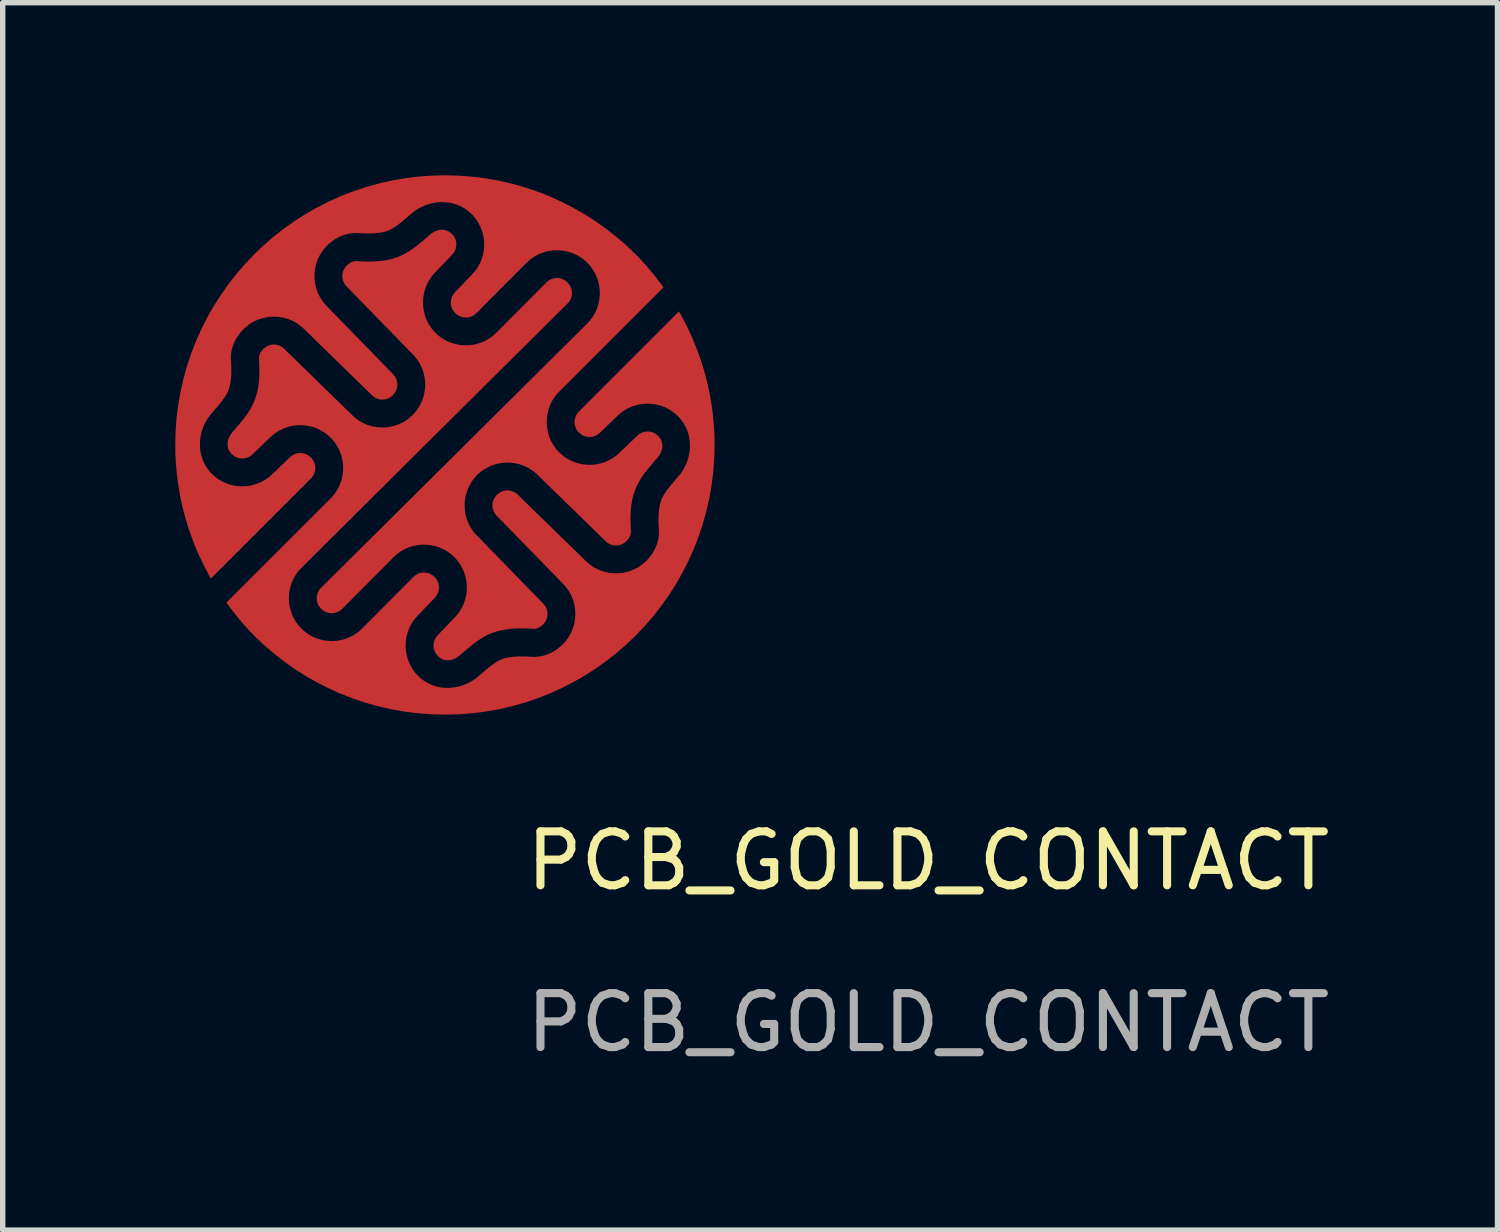
<source format=kicad_pcb>
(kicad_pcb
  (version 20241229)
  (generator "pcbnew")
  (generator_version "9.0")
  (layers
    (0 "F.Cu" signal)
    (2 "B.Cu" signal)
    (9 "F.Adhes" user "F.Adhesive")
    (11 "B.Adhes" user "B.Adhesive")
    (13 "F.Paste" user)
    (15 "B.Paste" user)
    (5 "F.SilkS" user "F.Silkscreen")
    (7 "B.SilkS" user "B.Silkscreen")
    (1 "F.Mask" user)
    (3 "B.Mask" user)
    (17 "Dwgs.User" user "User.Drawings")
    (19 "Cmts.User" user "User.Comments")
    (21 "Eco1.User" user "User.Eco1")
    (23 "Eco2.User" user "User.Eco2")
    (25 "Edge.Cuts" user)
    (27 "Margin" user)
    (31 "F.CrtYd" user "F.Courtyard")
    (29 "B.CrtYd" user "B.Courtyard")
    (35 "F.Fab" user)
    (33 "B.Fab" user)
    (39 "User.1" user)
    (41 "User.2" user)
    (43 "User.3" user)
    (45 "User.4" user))
  (footprint "PCB_GOLD_CONTACT"
    (layer "F.Cu")
    (at 14.162 13.41)
    (property "Reference" "PCB_GOLD_CONTACT" (at 0 -0.5 0) (unlocked yes) (layer "F.SilkS") (effects (font (size 1 1) (thickness 0.15))))
    (attr smd)
    (fp_poly (pts (xy -9 -12.2) (xy -8.987 -12.199) (xy -8.974 -12.197) (xy -8.961 -12.195) (xy -8.949 -12.191) (xy -8.936 -12.188) (xy -8.924 -12.183) (xy -8.912 -12.178) (xy -8.9 -12.172) (xy -8.889 -12.166) (xy -8.877 -12.159) (xy -8.866 -12.151) (xy -8.855 -12.142) (xy -8.844 -12.133) (xy -8.834 -12.123) (xy -8.824 -12.113) (xy -8.815 -12.102) (xy -8.806 -12.091) (xy -8.798 -12.079) (xy -8.79 -12.067) (xy -8.783 -12.055) (xy -8.777 -12.043) (xy -8.772 -12.031) (xy -8.767 -12.018) (xy -8.763 -12.006) (xy -8.759 -11.993) (xy -8.756 -11.98) (xy -8.754 -11.967) (xy -8.752 -11.954) (xy -8.751 -11.941) (xy -8.751 -11.927) (xy -8.751 -11.914) (xy -8.752 -11.901) (xy -8.754 -11.888) (xy -8.756 -11.875) (xy -8.759 -11.862) (xy -8.762 -11.849) (xy -8.767 -11.836) (xy -8.771 -11.824) (xy -8.777 -11.811) (xy -8.783 -11.799) (xy -8.79 -11.787) (xy -8.797 -11.776) (xy -8.805 -11.764) (xy -8.814 -11.753) (xy -8.823 -11.742) (xy -8.833 -11.732) (xy -8.834 -11.731) (xy -8.836 -11.73) (xy -8.837 -11.728) (xy -8.838 -11.727) (xy -9.137 -11.414) (xy -9.165 -11.385) (xy -9.191 -11.354) (xy -9.216 -11.323) (xy -9.238 -11.29) (xy -9.259 -11.257) (xy -9.278 -11.222) (xy -9.295 -11.187) (xy -9.311 -11.152) (xy -9.324 -11.115) (xy -9.336 -11.079) (xy -9.346 -11.041) (xy -9.354 -11.004) (xy -9.361 -10.966) (xy -9.365 -10.928) (xy -9.368 -10.89) (xy -9.369 -10.852) (xy -9.368 -10.813) (xy -9.365 -10.775) (xy -9.361 -10.737) (xy -9.354 -10.699) (xy -9.346 -10.662) (xy -9.336 -10.624) (xy -9.325 -10.588) (xy -9.311 -10.551) (xy -9.296 -10.516) (xy -9.279 -10.481) (xy -9.26 -10.447) (xy -9.239 -10.413) (xy -9.216 -10.38) (xy -9.192 -10.349) (xy -9.166 -10.318) (xy -9.138 -10.289) (xy -9.137 -10.289) (xy -9.108 -10.261) (xy -9.077 -10.234) (xy -9.045 -10.21) (xy -9.013 -10.187) (xy -8.979 -10.167) (xy -8.945 -10.148) (xy -8.91 -10.13) (xy -8.874 -10.115) (xy -8.838 -10.102) (xy -8.801 -10.09) (xy -8.764 -10.08) (xy -8.727 -10.072) (xy -8.689 -10.065) (xy -8.651 -10.061) (xy -8.613 -10.058) (xy -8.574 -10.057) (xy -8.536 -10.058) (xy -8.498 -10.061) (xy -8.46 -10.065) (xy -8.422 -10.072) (xy -8.384 -10.08) (xy -8.347 -10.09) (xy -8.31 -10.102) (xy -8.274 -10.115) (xy -8.239 -10.13) (xy -8.204 -10.148) (xy -8.169 -10.167) (xy -8.136 -10.187) (xy -8.103 -10.21) (xy -8.072 -10.234) (xy -8.041 -10.261) (xy -8.011 -10.289) (xy -7.081 -11.222) (xy -7.071 -11.232) (xy -7.06 -11.242) (xy -7.049 -11.251) (xy -7.037 -11.259) (xy -7.025 -11.266) (xy -7.013 -11.273) (xy -7.001 -11.279) (xy -6.989 -11.284) (xy -6.976 -11.289) (xy -6.964 -11.293) (xy -6.951 -11.297) (xy -6.938 -11.3) (xy -6.925 -11.302) (xy -6.912 -11.304) (xy -6.899 -11.305) (xy -6.885 -11.305) (xy -6.872 -11.305) (xy -6.859 -11.304) (xy -6.846 -11.302) (xy -6.833 -11.3) (xy -6.82 -11.297) (xy -6.807 -11.293) (xy -6.794 -11.289) (xy -6.782 -11.284) (xy -6.769 -11.279) (xy -6.757 -11.273) (xy -6.745 -11.266) (xy -6.734 -11.259) (xy -6.722 -11.251) (xy -6.711 -11.242) (xy -6.7 -11.232) (xy -6.69 -11.222) (xy -6.68 -11.212) (xy -6.67 -11.201) (xy -6.662 -11.19) (xy -6.654 -11.179) (xy -6.646 -11.167) (xy -6.639 -11.155) (xy -6.633 -11.143) (xy -6.628 -11.13) (xy -6.623 -11.118) (xy -6.619 -11.105) (xy -6.615 -11.092) (xy -6.612 -11.079) (xy -6.61 -11.066) (xy -6.608 -11.053) (xy -6.607 -11.04) (xy -6.607 -11.027) (xy -6.607 -11.014) (xy -6.608 -11.001) (xy -6.61 -10.987) (xy -6.612 -10.974) (xy -6.615 -10.961) (xy -6.619 -10.949) (xy -6.623 -10.936) (xy -6.628 -10.923) (xy -6.633 -10.911) (xy -6.639 -10.899) (xy -6.646 -10.887) (xy -6.653 -10.875) (xy -6.662 -10.864) (xy -6.67 -10.852) (xy -6.68 -10.842) (xy -6.69 -10.831) (xy -11.624 -5.931) (xy -11.624 -5.931) (xy -11.652 -5.902) (xy -11.678 -5.871) (xy -11.703 -5.84) (xy -11.725 -5.807) (xy -11.746 -5.774) (xy -11.765 -5.739) (xy -11.782 -5.704) (xy -11.798 -5.669) (xy -11.811 -5.632) (xy -11.823 -5.596) (xy -11.833 -5.558) (xy -11.841 -5.521) (xy -11.848 -5.483) (xy -11.852 -5.445) (xy -11.855 -5.407) (xy -11.856 -5.368) (xy -11.855 -5.33) (xy -11.852 -5.292) (xy -11.848 -5.254) (xy -11.841 -5.216) (xy -11.833 -5.179) (xy -11.823 -5.141) (xy -11.811 -5.105) (xy -11.798 -5.068) (xy -11.782 -5.033) (xy -11.765 -4.998) (xy -11.746 -4.964) (xy -11.725 -4.93) (xy -11.703 -4.897) (xy -11.678 -4.866) (xy -11.652 -4.835) (xy -11.624 -4.806) (xy -11.595 -4.778) (xy -11.564 -4.751) (xy -11.532 -4.727) (xy -11.5 -4.704) (xy -11.466 -4.684) (xy -11.432 -4.665) (xy -11.397 -4.647) (xy -11.361 -4.632) (xy -11.325 -4.618) (xy -11.288 -4.607) (xy -11.251 -4.597) (xy -11.214 -4.589) (xy -11.176 -4.582) (xy -11.138 -4.578) (xy -11.1 -4.575) (xy -11.061 -4.574) (xy -11.023 -4.575) (xy -10.985 -4.578) (xy -10.947 -4.582) (xy -10.909 -4.589) (xy -10.871 -4.597) (xy -10.834 -4.607) (xy -10.797 -4.618) (xy -10.761 -4.632) (xy -10.726 -4.647) (xy -10.691 -4.665) (xy -10.656 -4.684) (xy -10.623 -4.704) (xy -10.59 -4.727) (xy -10.559 -4.751) (xy -10.528 -4.778) (xy -10.499 -4.806) (xy -10.498 -4.806) (xy -9.546 -5.762) (xy -9.536 -5.772) (xy -9.525 -5.781) (xy -9.514 -5.79) (xy -9.502 -5.798) (xy -9.49 -5.805) (xy -9.479 -5.812) (xy -9.466 -5.818) (xy -9.454 -5.824) (xy -9.441 -5.829) (xy -9.429 -5.833) (xy -9.416 -5.836) (xy -9.403 -5.839) (xy -9.39 -5.841) (xy -9.377 -5.843) (xy -9.364 -5.844) (xy -9.351 -5.844) (xy -9.337 -5.844) (xy -9.324 -5.843) (xy -9.311 -5.841) (xy -9.298 -5.839) (xy -9.285 -5.836) (xy -9.272 -5.833) (xy -9.26 -5.828) (xy -9.247 -5.824) (xy -9.235 -5.818) (xy -9.223 -5.812) (xy -9.211 -5.805) (xy -9.199 -5.798) (xy -9.188 -5.79) (xy -9.177 -5.781) (xy -9.166 -5.772) (xy -9.155 -5.762) (xy -9.145 -5.752) (xy -9.136 -5.741) (xy -9.127 -5.73) (xy -9.119 -5.718) (xy -9.112 -5.706) (xy -9.105 -5.694) (xy -9.099 -5.682) (xy -9.093 -5.67) (xy -9.089 -5.657) (xy -9.084 -5.645) (xy -9.081 -5.632) (xy -9.078 -5.619) (xy -9.076 -5.606) (xy -9.074 -5.593) (xy -9.073 -5.58) (xy -9.073 -5.567) (xy -9.073 -5.553) (xy -9.074 -5.54) (xy -9.076 -5.527) (xy -9.078 -5.514) (xy -9.081 -5.501) (xy -9.084 -5.488) (xy -9.089 -5.476) (xy -9.093 -5.463) (xy -9.099 -5.451) (xy -9.105 -5.439) (xy -9.112 -5.427) (xy -9.119 -5.415) (xy -9.127 -5.404) (xy -9.136 -5.393) (xy -9.145 -5.382) (xy -9.155 -5.371) (xy -9.156 -5.37) (xy -9.157 -5.369) (xy -9.158 -5.368) (xy -9.159 -5.366) (xy -9.459 -5.053) (xy -9.487 -5.024) (xy -9.513 -4.993) (xy -9.538 -4.962) (xy -9.56 -4.929) (xy -9.581 -4.895) (xy -9.6 -4.861) (xy -9.617 -4.826) (xy -9.633 -4.791) (xy -9.646 -4.754) (xy -9.658 -4.718) (xy -9.668 -4.68) (xy -9.676 -4.643) (xy -9.682 -4.605) (xy -9.687 -4.567) (xy -9.69 -4.529) (xy -9.69 -4.491) (xy -9.69 -4.452) (xy -9.687 -4.414) (xy -9.682 -4.376) (xy -9.676 -4.338) (xy -9.668 -4.301) (xy -9.658 -4.263) (xy -9.646 -4.227) (xy -9.633 -4.19) (xy -9.617 -4.155) (xy -9.6 -4.12) (xy -9.581 -4.086) (xy -9.56 -4.052) (xy -9.538 -4.019) (xy -9.513 -3.988) (xy -9.487 -3.957) (xy -9.459 -3.928) (xy -9.429 -3.9) (xy -9.399 -3.874) (xy -9.368 -3.85) (xy -9.335 -3.827) (xy -9.302 -3.807) (xy -9.269 -3.789) (xy -9.234 -3.772) (xy -9.199 -3.758) (xy -9.164 -3.745) (xy -9.128 -3.734) (xy -9.091 -3.725) (xy -9.054 -3.718) (xy -9.017 -3.712) (xy -8.98 -3.708) (xy -8.943 -3.706) (xy -8.905 -3.705) (xy -8.868 -3.707) (xy -8.831 -3.71) (xy -8.793 -3.714) (xy -8.756 -3.72) (xy -8.719 -3.728) (xy -8.683 -3.737) (xy -8.647 -3.748) (xy -8.611 -3.761) (xy -8.576 -3.775) (xy -8.541 -3.79) (xy -8.507 -3.807) (xy -8.474 -3.825) (xy -8.441 -3.845) (xy -8.409 -3.867) (xy -8.379 -3.889) (xy -8.349 -3.913) (xy -8.243 -4.004) (xy -8.194 -4.046) (xy -8.147 -4.085) (xy -8.1 -4.121) (xy -8.077 -4.138) (xy -8.054 -4.155) (xy -8.031 -4.17) (xy -8.007 -4.185) (xy -7.983 -4.2) (xy -7.958 -4.213) (xy -7.937 -4.224) (xy -7.914 -4.233) (xy -7.89 -4.242) (xy -7.863 -4.251) (xy -7.834 -4.259) (xy -7.803 -4.266) (xy -7.77 -4.272) (xy -7.734 -4.277) (xy -7.697 -4.281) (xy -7.656 -4.285) (xy -7.613 -4.287) (xy -7.568 -4.288) (xy -7.52 -4.288) (xy -7.469 -4.287) (xy -7.415 -4.285) (xy -7.358 -4.282) (xy -7.357 -4.282) (xy -7.315 -4.28) (xy -7.273 -4.281) (xy -7.232 -4.284) (xy -7.192 -4.29) (xy -7.152 -4.298) (xy -7.113 -4.309) (xy -7.075 -4.321) (xy -7.038 -4.336) (xy -7.001 -4.353) (xy -6.966 -4.371) (xy -6.931 -4.391) (xy -6.898 -4.413) (xy -6.866 -4.436) (xy -6.835 -4.461) (xy -6.805 -4.487) (xy -6.776 -4.514) (xy -6.748 -4.544) (xy -6.722 -4.574) (xy -6.698 -4.606) (xy -6.675 -4.639) (xy -6.654 -4.672) (xy -6.635 -4.706) (xy -6.618 -4.741) (xy -6.603 -4.777) (xy -6.589 -4.813) (xy -6.577 -4.85) (xy -6.567 -4.887) (xy -6.559 -4.925) (xy -6.553 -4.962) (xy -6.548 -5.001) (xy -6.546 -5.039) (xy -6.545 -5.077) (xy -6.546 -5.115) (xy -6.548 -5.153) (xy -6.553 -5.192) (xy -6.559 -5.229) (xy -6.567 -5.267) (xy -6.577 -5.304) (xy -6.589 -5.341) (xy -6.603 -5.377) (xy -6.618 -5.413) (xy -6.635 -5.448) (xy -6.654 -5.482) (xy -6.675 -5.515) (xy -6.698 -5.548) (xy -6.722 -5.58) (xy -6.748 -5.61) (xy -6.776 -5.64) (xy -7.996 -6.89) (xy -7.997 -6.892) (xy -7.998 -6.893) (xy -8.008 -6.904) (xy -8.018 -6.915) (xy -8.026 -6.926) (xy -8.034 -6.937) (xy -8.042 -6.949) (xy -8.049 -6.961) (xy -8.055 -6.973) (xy -8.06 -6.985) (xy -8.065 -6.998) (xy -8.069 -7.01) (xy -8.073 -7.023) (xy -8.076 -7.036) (xy -8.078 -7.049) (xy -8.08 -7.062) (xy -8.081 -7.075) (xy -8.081 -7.089) (xy -8.081 -7.102) (xy -8.08 -7.115) (xy -8.078 -7.128) (xy -8.076 -7.141) (xy -8.073 -7.154) (xy -8.069 -7.167) (xy -8.065 -7.179) (xy -8.06 -7.192) (xy -8.055 -7.204) (xy -8.049 -7.217) (xy -8.042 -7.228) (xy -8.034 -7.24) (xy -8.026 -7.252) (xy -8.018 -7.263) (xy -8.008 -7.274) (xy -7.998 -7.284) (xy -7.988 -7.294) (xy -7.977 -7.303) (xy -7.966 -7.312) (xy -7.954 -7.32) (xy -7.943 -7.328) (xy -7.931 -7.334) (xy -7.918 -7.34) (xy -7.906 -7.346) (xy -7.894 -7.351) (xy -7.881 -7.355) (xy -7.868 -7.359) (xy -7.855 -7.361) (xy -7.842 -7.364) (xy -7.829 -7.365) (xy -7.816 -7.366) (xy -7.803 -7.367) (xy -7.789 -7.366) (xy -7.776 -7.365) (xy -7.763 -7.364) (xy -7.75 -7.361) (xy -7.737 -7.359) (xy -7.724 -7.355) (xy -7.712 -7.351) (xy -7.699 -7.346) (xy -7.687 -7.34) (xy -7.674 -7.334) (xy -7.663 -7.328) (xy -7.651 -7.32) (xy -7.639 -7.312) (xy -7.628 -7.303) (xy -7.617 -7.294) (xy -7.607 -7.284) (xy -7.606 -7.283) (xy -7.605 -7.281) (xy -6.353 -6.061) (xy -6.324 -6.033) (xy -6.293 -6.007) (xy -6.262 -5.983) (xy -6.229 -5.96) (xy -6.196 -5.939) (xy -6.161 -5.92) (xy -6.126 -5.903) (xy -6.091 -5.888) (xy -6.055 -5.874) (xy -6.018 -5.863) (xy -5.981 -5.853) (xy -5.943 -5.844) (xy -5.905 -5.838) (xy -5.867 -5.834) (xy -5.829 -5.831) (xy -5.791 -5.83) (xy -5.752 -5.831) (xy -5.714 -5.834) (xy -5.676 -5.838) (xy -5.638 -5.844) (xy -5.601 -5.853) (xy -5.564 -5.863) (xy -5.527 -5.874) (xy -5.491 -5.888) (xy -5.455 -5.903) (xy -5.42 -5.92) (xy -5.386 -5.939) (xy -5.352 -5.96) (xy -5.32 -5.983) (xy -5.288 -6.007) (xy -5.257 -6.033) (xy -5.228 -6.061) (xy -5.201 -6.09) (xy -5.174 -6.12) (xy -5.15 -6.151) (xy -5.126 -6.183) (xy -5.105 -6.216) (xy -5.085 -6.251) (xy -5.066 -6.286) (xy -5.05 -6.323) (xy -5.035 -6.36) (xy -5.022 -6.398) (xy -5.012 -6.437) (xy -5.004 -6.477) (xy -4.998 -6.518) (xy -4.994 -6.559) (xy -4.994 -6.601) (xy -4.995 -6.643) (xy -4.999 -6.7) (xy -5.001 -6.754) (xy -5.002 -6.805) (xy -5.002 -6.853) (xy -5.001 -6.899) (xy -4.998 -6.942) (xy -4.995 -6.982) (xy -4.991 -7.02) (xy -4.985 -7.055) (xy -4.979 -7.089) (xy -4.972 -7.12) (xy -4.965 -7.148) (xy -4.956 -7.175) (xy -4.947 -7.2) (xy -4.937 -7.223) (xy -4.927 -7.244) (xy -4.913 -7.268) (xy -4.899 -7.293) (xy -4.884 -7.316) (xy -4.868 -7.34) (xy -4.852 -7.363) (xy -4.835 -7.386) (xy -4.799 -7.432) (xy -4.76 -7.479) (xy -4.718 -7.528) (xy -4.628 -7.634) (xy -4.627 -7.634) (xy -4.603 -7.664) (xy -4.58 -7.695) (xy -4.559 -7.726) (xy -4.539 -7.759) (xy -4.521 -7.792) (xy -4.504 -7.826) (xy -4.488 -7.861) (xy -4.474 -7.896) (xy -4.462 -7.932) (xy -4.451 -7.968) (xy -4.442 -8.004) (xy -4.434 -8.041) (xy -4.428 -8.078) (xy -4.423 -8.116) (xy -4.42 -8.153) (xy -4.419 -8.19) (xy -4.42 -8.228) (xy -4.422 -8.265) (xy -4.426 -8.302) (xy -4.432 -8.339) (xy -4.439 -8.376) (xy -4.448 -8.412) (xy -4.459 -8.448) (xy -4.472 -8.484) (xy -4.487 -8.519) (xy -4.503 -8.553) (xy -4.521 -8.587) (xy -4.542 -8.62) (xy -4.564 -8.652) (xy -4.588 -8.684) (xy -4.614 -8.714) (xy -4.642 -8.744) (xy -4.671 -8.772) (xy -4.702 -8.798) (xy -4.734 -8.822) (xy -4.766 -8.845) (xy -4.8 -8.866) (xy -4.834 -8.885) (xy -4.869 -8.902) (xy -4.905 -8.917) (xy -4.941 -8.931) (xy -4.978 -8.943) (xy -5.015 -8.952) (xy -5.052 -8.961) (xy -5.09 -8.967) (xy -5.128 -8.971) (xy -5.166 -8.974) (xy -5.205 -8.975) (xy -5.243 -8.974) (xy -5.281 -8.971) (xy -5.319 -8.967) (xy -5.357 -8.961) (xy -5.395 -8.952) (xy -5.432 -8.942) (xy -5.469 -8.931) (xy -5.505 -8.917) (xy -5.54 -8.902) (xy -5.575 -8.885) (xy -5.61 -8.866) (xy -5.643 -8.845) (xy -5.676 -8.822) (xy -5.707 -8.798) (xy -5.738 -8.772) (xy -5.767 -8.744) (xy -6.081 -8.444) (xy -6.082 -8.443) (xy -6.083 -8.442) (xy -6.084 -8.441) (xy -6.085 -8.44) (xy -6.096 -8.43) (xy -6.106 -8.421) (xy -6.117 -8.412) (xy -6.129 -8.404) (xy -6.141 -8.396) (xy -6.153 -8.389) (xy -6.165 -8.383) (xy -6.177 -8.378) (xy -6.19 -8.373) (xy -6.202 -8.369) (xy -6.215 -8.365) (xy -6.228 -8.362) (xy -6.241 -8.36) (xy -6.254 -8.358) (xy -6.268 -8.357) (xy -6.281 -8.357) (xy -6.294 -8.357) (xy -6.307 -8.358) (xy -6.32 -8.36) (xy -6.333 -8.362) (xy -6.346 -8.365) (xy -6.359 -8.369) (xy -6.372 -8.373) (xy -6.384 -8.378) (xy -6.397 -8.383) (xy -6.409 -8.389) (xy -6.421 -8.396) (xy -6.432 -8.404) (xy -6.444 -8.412) (xy -6.455 -8.421) (xy -6.466 -8.43) (xy -6.476 -8.44) (xy -6.486 -8.45) (xy -6.496 -8.461) (xy -6.504 -8.472) (xy -6.513 -8.484) (xy -6.52 -8.496) (xy -6.527 -8.507) (xy -6.533 -8.52) (xy -6.538 -8.532) (xy -6.543 -8.545) (xy -6.547 -8.557) (xy -6.551 -8.57) (xy -6.554 -8.583) (xy -6.556 -8.596) (xy -6.558 -8.609) (xy -6.559 -8.622) (xy -6.559 -8.636) (xy -6.559 -8.649) (xy -6.558 -8.662) (xy -6.556 -8.675) (xy -6.554 -8.688) (xy -6.551 -8.701) (xy -6.547 -8.714) (xy -6.543 -8.727) (xy -6.538 -8.739) (xy -6.533 -8.752) (xy -6.527 -8.764) (xy -6.52 -8.776) (xy -6.513 -8.787) (xy -6.504 -8.799) (xy -6.496 -8.81) (xy -6.486 -8.821) (xy -6.476 -8.831) (xy -4.754 -10.553) (xy -4.622 -10.686) (xy -4.546 -10.547) (xy -4.474 -10.406) (xy -4.406 -10.263) (xy -4.343 -10.117) (xy -4.284 -9.969) (xy -4.23 -9.819) (xy -4.18 -9.666) (xy -4.136 -9.512) (xy -4.096 -9.355) (xy -4.061 -9.197) (xy -4.031 -9.036) (xy -4.007 -8.874) (xy -3.987 -8.71) (xy -3.973 -8.545) (xy -3.965 -8.378) (xy -3.962 -8.21) (xy -3.969 -7.952) (xy -3.988 -7.698) (xy -4.02 -7.448) (xy -4.064 -7.202) (xy -4.12 -6.96) (xy -4.187 -6.723) (xy -4.266 -6.49) (xy -4.355 -6.263) (xy -4.455 -6.042) (xy -4.566 -5.826) (xy -4.686 -5.617) (xy -4.816 -5.414) (xy -4.956 -5.218) (xy -5.104 -5.029) (xy -5.261 -4.848) (xy -5.427 -4.674) (xy -5.6 -4.508) (xy -5.782 -4.351) (xy -5.971 -4.203) (xy -6.167 -4.063) (xy -6.37 -3.933) (xy -6.579 -3.813) (xy -6.795 -3.703) (xy -7.016 -3.602) (xy -7.243 -3.513) (xy -7.476 -3.434) (xy -7.713 -3.367) (xy -7.955 -3.311) (xy -8.201 -3.267) (xy -8.451 -3.235) (xy -8.705 -3.216) (xy -8.962 -3.209) (xy -9.22 -3.216) (xy -9.474 -3.235) (xy -9.724 -3.267) (xy -9.97 -3.311) (xy -10.212 -3.367) (xy -10.449 -3.434) (xy -10.681 -3.513) (xy -10.909 -3.602) (xy -11.13 -3.703) (xy -11.346 -3.813) (xy -11.555 -3.933) (xy -11.758 -4.063) (xy -11.954 -4.203) (xy -12.143 -4.351) (xy -12.324 -4.508) (xy -12.498 -4.674) (xy -12.568 -4.746) (xy -12.636 -4.819) (xy -12.703 -4.894) (xy -12.768 -4.97) (xy -12.831 -5.047) (xy -12.894 -5.126) (xy -12.954 -5.206) (xy -13.014 -5.287) (xy -12.803 -5.498) (xy -11.081 -7.219) (xy -11.053 -7.248) (xy -11.027 -7.279) (xy -11.003 -7.311) (xy -10.98 -7.343) (xy -10.959 -7.377) (xy -10.94 -7.411) (xy -10.923 -7.446) (xy -10.908 -7.482) (xy -10.894 -7.518) (xy -10.882 -7.555) (xy -10.872 -7.592) (xy -10.864 -7.629) (xy -10.858 -7.667) (xy -10.854 -7.705) (xy -10.851 -7.743) (xy -10.85 -7.782) (xy -10.851 -7.82) (xy -10.854 -7.858) (xy -10.858 -7.896) (xy -10.864 -7.934) (xy -10.873 -7.972) (xy -10.882 -8.009) (xy -10.894 -8.046) (xy -10.908 -8.082) (xy -10.923 -8.118) (xy -10.94 -8.153) (xy -10.959 -8.187) (xy -10.98 -8.22) (xy -11.003 -8.253) (xy -11.027 -8.284) (xy -11.053 -8.315) (xy -11.081 -8.345) (xy -11.111 -8.373) (xy -11.141 -8.399) (xy -11.173 -8.423) (xy -11.206 -8.446) (xy -11.239 -8.467) (xy -11.273 -8.486) (xy -11.308 -8.503) (xy -11.344 -8.518) (xy -11.38 -8.532) (xy -11.417 -8.544) (xy -11.454 -8.554) (xy -11.492 -8.562) (xy -11.53 -8.568) (xy -11.568 -8.573) (xy -11.606 -8.575) (xy -11.644 -8.576) (xy -11.683 -8.575) (xy -11.721 -8.573) (xy -11.759 -8.568) (xy -11.797 -8.562) (xy -11.834 -8.554) (xy -11.872 -8.544) (xy -11.908 -8.532) (xy -11.945 -8.518) (xy -11.98 -8.503) (xy -12.015 -8.486) (xy -12.05 -8.467) (xy -12.083 -8.446) (xy -12.116 -8.423) (xy -12.147 -8.399) (xy -12.178 -8.373) (xy -12.207 -8.345) (xy -12.52 -8.045) (xy -12.521 -8.044) (xy -12.522 -8.043) (xy -12.523 -8.042) (xy -12.524 -8.041) (xy -12.535 -8.031) (xy -12.546 -8.022) (xy -12.557 -8.013) (xy -12.568 -8.005) (xy -12.58 -7.998) (xy -12.592 -7.991) (xy -12.604 -7.985) (xy -12.616 -7.979) (xy -12.629 -7.974) (xy -12.642 -7.97) (xy -12.655 -7.967) (xy -12.667 -7.964) (xy -12.681 -7.962) (xy -12.694 -7.96) (xy -12.707 -7.959) (xy -12.72 -7.959) (xy -12.733 -7.959) (xy -12.746 -7.96) (xy -12.759 -7.962) (xy -12.772 -7.964) (xy -12.785 -7.967) (xy -12.798 -7.97) (xy -12.811 -7.974) (xy -12.823 -7.979) (xy -12.836 -7.985) (xy -12.848 -7.991) (xy -12.86 -7.998) (xy -12.872 -8.005) (xy -12.883 -8.013) (xy -12.894 -8.022) (xy -12.905 -8.031) (xy -12.916 -8.041) (xy -12.926 -8.052) (xy -12.935 -8.062) (xy -12.943 -8.073) (xy -12.951 -8.085) (xy -12.958 -8.096) (xy -12.965 -8.108) (xy -12.971 -8.12) (xy -12.976 -8.132) (xy -12.981 -8.144) (xy -12.984 -8.156) (xy -12.988 -8.169) (xy -12.99 -8.182) (xy -12.992 -8.194) (xy -12.993 -8.207) (xy -12.994 -8.22) (xy -12.993 -8.234) (xy -12.992 -8.247) (xy -12.991 -8.26) (xy -12.989 -8.274) (xy -12.986 -8.287) (xy -12.982 -8.301) (xy -12.978 -8.314) (xy -12.974 -8.328) (xy -12.968 -8.341) (xy -12.962 -8.355) (xy -12.955 -8.368) (xy -12.94 -8.395) (xy -12.921 -8.422) (xy -12.901 -8.448) (xy -12.812 -8.551) (xy -12.765 -8.605) (xy -12.719 -8.662) (xy -12.672 -8.722) (xy -12.649 -8.754) (xy -12.626 -8.787) (xy -12.603 -8.821) (xy -12.581 -8.856) (xy -12.56 -8.893) (xy -12.539 -8.932) (xy -12.516 -8.976) (xy -12.496 -9.022) (xy -12.478 -9.069) (xy -12.463 -9.118) (xy -12.449 -9.167) (xy -12.437 -9.218) (xy -12.427 -9.271) (xy -12.419 -9.325) (xy -12.412 -9.38) (xy -12.407 -9.437) (xy -12.404 -9.495) (xy -12.403 -9.555) (xy -12.403 -9.617) (xy -12.404 -9.68) (xy -12.411 -9.812) (xy -12.412 -9.821) (xy -12.411 -9.83) (xy -12.41 -9.84) (xy -12.408 -9.851) (xy -12.406 -9.861) (xy -12.403 -9.872) (xy -12.399 -9.883) (xy -12.394 -9.895) (xy -12.389 -9.907) (xy -12.383 -9.918) (xy -12.376 -9.93) (xy -12.368 -9.942) (xy -12.36 -9.954) (xy -12.351 -9.966) (xy -12.341 -9.977) (xy -12.33 -9.989) (xy -12.319 -9.999) (xy -12.308 -10.008) (xy -12.297 -10.017) (xy -12.286 -10.025) (xy -12.274 -10.032) (xy -12.262 -10.039) (xy -12.25 -10.045) (xy -12.238 -10.051) (xy -12.225 -10.056) (xy -12.212 -10.06) (xy -12.199 -10.063) (xy -12.187 -10.066) (xy -12.173 -10.069) (xy -12.16 -10.07) (xy -12.147 -10.071) (xy -12.134 -10.071) (xy -12.121 -10.071) (xy -12.108 -10.07) (xy -12.095 -10.069) (xy -12.082 -10.066) (xy -12.069 -10.063) (xy -12.056 -10.06) (xy -12.043 -10.056) (xy -12.03 -10.051) (xy -12.018 -10.045) (xy -12.006 -10.039) (xy -11.994 -10.032) (xy -11.982 -10.025) (xy -11.971 -10.017) (xy -11.96 -10.008) (xy -11.949 -9.999) (xy -11.938 -9.989) (xy -11.937 -9.987) (xy -11.936 -9.986) (xy -10.685 -8.766) (xy -10.656 -8.738) (xy -10.625 -8.711) (xy -10.594 -8.687) (xy -10.561 -8.664) (xy -10.528 -8.644) (xy -10.493 -8.625) (xy -10.458 -8.607) (xy -10.423 -8.592) (xy -10.387 -8.579) (xy -10.35 -8.567) (xy -10.313 -8.557) (xy -10.275 -8.549) (xy -10.237 -8.542) (xy -10.199 -8.538) (xy -10.161 -8.535) (xy -10.123 -8.534) (xy -10.084 -8.535) (xy -10.046 -8.538) (xy -10.008 -8.542) (xy -9.97 -8.549) (xy -9.933 -8.557) (xy -9.896 -8.567) (xy -9.859 -8.579) (xy -9.823 -8.592) (xy -9.787 -8.607) (xy -9.752 -8.625) (xy -9.718 -8.644) (xy -9.684 -8.664) (xy -9.652 -8.687) (xy -9.62 -8.711) (xy -9.589 -8.738) (xy -9.56 -8.766) (xy -9.532 -8.795) (xy -9.506 -8.826) (xy -9.481 -8.857) (xy -9.459 -8.89) (xy -9.438 -8.923) (xy -9.419 -8.958) (xy -9.402 -8.993) (xy -9.386 -9.028) (xy -9.373 -9.064) (xy -9.361 -9.101) (xy -9.351 -9.138) (xy -9.343 -9.176) (xy -9.337 -9.214) (xy -9.332 -9.252) (xy -9.329 -9.29) (xy -9.328 -9.328) (xy -9.329 -9.366) (xy -9.332 -9.404) (xy -9.337 -9.443) (xy -9.343 -9.48) (xy -9.351 -9.518) (xy -9.361 -9.555) (xy -9.373 -9.592) (xy -9.386 -9.628) (xy -9.401 -9.664) (xy -9.419 -9.699) (xy -9.438 -9.733) (xy -9.458 -9.766) (xy -9.481 -9.799) (xy -9.505 -9.831) (xy -9.531 -9.861) (xy -9.559 -9.891) (xy -10.78 -11.143) (xy -10.781 -11.144) (xy -10.782 -11.146) (xy -10.792 -11.156) (xy -10.801 -11.167) (xy -10.81 -11.178) (xy -10.818 -11.19) (xy -10.825 -11.201) (xy -10.832 -11.213) (xy -10.838 -11.226) (xy -10.844 -11.238) (xy -10.849 -11.25) (xy -10.853 -11.263) (xy -10.856 -11.276) (xy -10.859 -11.289) (xy -10.862 -11.302) (xy -10.863 -11.315) (xy -10.864 -11.328) (xy -10.865 -11.341) (xy -10.864 -11.355) (xy -10.863 -11.368) (xy -10.862 -11.381) (xy -10.859 -11.394) (xy -10.857 -11.407) (xy -10.853 -11.42) (xy -10.849 -11.432) (xy -10.844 -11.445) (xy -10.838 -11.457) (xy -10.832 -11.47) (xy -10.826 -11.481) (xy -10.818 -11.493) (xy -10.81 -11.505) (xy -10.801 -11.516) (xy -10.792 -11.527) (xy -10.782 -11.537) (xy -10.77 -11.548) (xy -10.759 -11.558) (xy -10.747 -11.568) (xy -10.735 -11.576) (xy -10.723 -11.584) (xy -10.711 -11.591) (xy -10.7 -11.597) (xy -10.688 -11.602) (xy -10.677 -11.607) (xy -10.665 -11.61) (xy -10.654 -11.614) (xy -10.644 -11.616) (xy -10.633 -11.618) (xy -10.623 -11.619) (xy -10.614 -11.619) (xy -10.605 -11.619) (xy -10.604 -11.619) (xy -10.538 -11.615) (xy -10.473 -11.612) (xy -10.41 -11.61) (xy -10.348 -11.61) (xy -10.288 -11.612) (xy -10.23 -11.615) (xy -10.173 -11.62) (xy -10.118 -11.626) (xy -10.064 -11.634) (xy -10.011 -11.644) (xy -9.96 -11.656) (xy -9.911 -11.67) (xy -9.862 -11.686) (xy -9.815 -11.704) (xy -9.769 -11.724) (xy -9.724 -11.746) (xy -9.686 -11.767) (xy -9.649 -11.789) (xy -9.613 -11.811) (xy -9.579 -11.833) (xy -9.546 -11.856) (xy -9.515 -11.879) (xy -9.484 -11.903) (xy -9.454 -11.926) (xy -9.397 -11.973) (xy -9.343 -12.019) (xy -9.241 -12.108) (xy -9.228 -12.119) (xy -9.214 -12.129) (xy -9.201 -12.138) (xy -9.188 -12.147) (xy -9.174 -12.155) (xy -9.161 -12.163) (xy -9.147 -12.169) (xy -9.134 -12.175) (xy -9.12 -12.181) (xy -9.107 -12.186) (xy -9.093 -12.19) (xy -9.08 -12.193) (xy -9.066 -12.196) (xy -9.053 -12.198) (xy -9.04 -12.199) (xy -9.026 -12.2) (xy -9.013 -12.2)) (stroke (width -0.000001) (type solid)) (fill yes) (layer "F.Cu"))
    (fp_poly (pts (xy -8.705 -13.203) (xy -8.451 -13.184) (xy -8.201 -13.152) (xy -7.955 -13.108) (xy -7.713 -13.052) (xy -7.476 -12.985) (xy -7.243 -12.906) (xy -7.016 -12.817) (xy -6.795 -12.716) (xy -6.579 -12.606) (xy -6.37 -12.486) (xy -6.167 -12.356) (xy -5.971 -12.216) (xy -5.782 -12.068) (xy -5.6 -11.911) (xy -5.427 -11.745) (xy -5.357 -11.673) (xy -5.288 -11.6) (xy -5.222 -11.525) (xy -5.157 -11.449) (xy -5.093 -11.371) (xy -5.031 -11.292) (xy -4.97 -11.213) (xy -4.91 -11.131) (xy -5.122 -10.92) (xy -6.843 -9.198) (xy -6.872 -9.169) (xy -6.898 -9.138) (xy -6.922 -9.107) (xy -6.945 -9.074) (xy -6.966 -9.041) (xy -6.985 -9.006) (xy -7.002 -8.971) (xy -7.017 -8.936) (xy -7.031 -8.899) (xy -7.042 -8.863) (xy -7.052 -8.826) (xy -7.061 -8.788) (xy -7.067 -8.75) (xy -7.071 -8.712) (xy -7.074 -8.674) (xy -7.075 -8.636) (xy -7.074 -8.597) (xy -7.071 -8.559) (xy -7.067 -8.521) (xy -7.061 -8.483) (xy -7.052 -8.446) (xy -7.042 -8.408) (xy -7.031 -8.372) (xy -7.017 -8.335) (xy -7.002 -8.3) (xy -6.985 -8.265) (xy -6.966 -8.231) (xy -6.945 -8.197) (xy -6.922 -8.165) (xy -6.898 -8.133) (xy -6.872 -8.102) (xy -6.843 -8.073) (xy -6.814 -8.045) (xy -6.783 -8.019) (xy -6.752 -7.994) (xy -6.719 -7.971) (xy -6.686 -7.951) (xy -6.651 -7.932) (xy -6.616 -7.914) (xy -6.581 -7.899) (xy -6.545 -7.885) (xy -6.508 -7.874) (xy -6.471 -7.864) (xy -6.433 -7.856) (xy -6.395 -7.849) (xy -6.357 -7.845) (xy -6.319 -7.842) (xy -6.281 -7.841) (xy -6.242 -7.842) (xy -6.204 -7.845) (xy -6.166 -7.849) (xy -6.128 -7.856) (xy -6.091 -7.864) (xy -6.054 -7.874) (xy -6.017 -7.885) (xy -5.981 -7.899) (xy -5.945 -7.914) (xy -5.91 -7.932) (xy -5.876 -7.951) (xy -5.842 -7.971) (xy -5.81 -7.994) (xy -5.778 -8.019) (xy -5.747 -8.045) (xy -5.718 -8.073) (xy -5.405 -8.372) (xy -5.404 -8.373) (xy -5.403 -8.374) (xy -5.401 -8.375) (xy -5.4 -8.377) (xy -5.39 -8.387) (xy -5.379 -8.396) (xy -5.368 -8.405) (xy -5.356 -8.413) (xy -5.345 -8.42) (xy -5.333 -8.427) (xy -5.321 -8.433) (xy -5.308 -8.439) (xy -5.296 -8.443) (xy -5.283 -8.448) (xy -5.27 -8.451) (xy -5.257 -8.454) (xy -5.244 -8.456) (xy -5.231 -8.458) (xy -5.218 -8.459) (xy -5.205 -8.459) (xy -5.192 -8.459) (xy -5.178 -8.458) (xy -5.165 -8.456) (xy -5.152 -8.454) (xy -5.139 -8.451) (xy -5.126 -8.448) (xy -5.114 -8.443) (xy -5.101 -8.439) (xy -5.089 -8.433) (xy -5.077 -8.427) (xy -5.065 -8.42) (xy -5.053 -8.413) (xy -5.042 -8.405) (xy -5.03 -8.396) (xy -5.02 -8.387) (xy -5.009 -8.377) (xy -4.999 -8.366) (xy -4.99 -8.355) (xy -4.981 -8.344) (xy -4.973 -8.333) (xy -4.966 -8.322) (xy -4.96 -8.31) (xy -4.954 -8.298) (xy -4.949 -8.286) (xy -4.944 -8.274) (xy -4.94 -8.262) (xy -4.937 -8.249) (xy -4.934 -8.236) (xy -4.933 -8.223) (xy -4.931 -8.21) (xy -4.931 -8.197) (xy -4.931 -8.184) (xy -4.932 -8.171) (xy -4.933 -8.157) (xy -4.936 -8.144) (xy -4.938 -8.13) (xy -4.942 -8.117) (xy -4.946 -8.103) (xy -4.951 -8.09) (xy -4.956 -8.076) (xy -4.963 -8.063) (xy -4.969 -8.049) (xy -4.985 -8.022) (xy -5.003 -7.996) (xy -5.024 -7.969) (xy -5.113 -7.866) (xy -5.159 -7.812) (xy -5.206 -7.756) (xy -5.253 -7.695) (xy -5.276 -7.664) (xy -5.299 -7.631) (xy -5.321 -7.597) (xy -5.343 -7.561) (xy -5.365 -7.524) (xy -5.386 -7.486) (xy -5.408 -7.441) (xy -5.428 -7.395) (xy -5.446 -7.348) (xy -5.462 -7.3) (xy -5.476 -7.25) (xy -5.488 -7.199) (xy -5.498 -7.146) (xy -5.506 -7.093) (xy -5.513 -7.037) (xy -5.517 -6.98) (xy -5.52 -6.922) (xy -5.522 -6.862) (xy -5.522 -6.8) (xy -5.52 -6.737) (xy -5.513 -6.605) (xy -5.513 -6.597) (xy -5.513 -6.587) (xy -5.514 -6.577) (xy -5.516 -6.567) (xy -5.519 -6.556) (xy -5.522 -6.545) (xy -5.526 -6.534) (xy -5.53 -6.522) (xy -5.536 -6.511) (xy -5.542 -6.499) (xy -5.549 -6.487) (xy -5.556 -6.475) (xy -5.565 -6.463) (xy -5.574 -6.452) (xy -5.584 -6.44) (xy -5.595 -6.429) (xy -5.605 -6.419) (xy -5.616 -6.409) (xy -5.627 -6.4) (xy -5.639 -6.392) (xy -5.651 -6.385) (xy -5.663 -6.378) (xy -5.675 -6.372) (xy -5.687 -6.367) (xy -5.7 -6.362) (xy -5.712 -6.358) (xy -5.725 -6.354) (xy -5.738 -6.351) (xy -5.751 -6.349) (xy -5.764 -6.347) (xy -5.777 -6.346) (xy -5.791 -6.346) (xy -5.804 -6.346) (xy -5.817 -6.347) (xy -5.83 -6.349) (xy -5.843 -6.351) (xy -5.856 -6.354) (xy -5.869 -6.358) (xy -5.882 -6.362) (xy -5.894 -6.367) (xy -5.907 -6.372) (xy -5.919 -6.378) (xy -5.931 -6.385) (xy -5.942 -6.392) (xy -5.954 -6.4) (xy -5.965 -6.409) (xy -5.976 -6.419) (xy -5.986 -6.429) (xy -5.987 -6.43) (xy -5.989 -6.431) (xy -7.24 -7.651) (xy -7.269 -7.679) (xy -7.3 -7.705) (xy -7.332 -7.73) (xy -7.364 -7.752) (xy -7.398 -7.773) (xy -7.432 -7.792) (xy -7.467 -7.809) (xy -7.502 -7.825) (xy -7.539 -7.838) (xy -7.575 -7.85) (xy -7.613 -7.86) (xy -7.65 -7.868) (xy -7.688 -7.874) (xy -7.726 -7.879) (xy -7.764 -7.882) (xy -7.803 -7.883) (xy -7.841 -7.882) (xy -7.879 -7.879) (xy -7.917 -7.874) (xy -7.955 -7.868) (xy -7.993 -7.86) (xy -8.03 -7.85) (xy -8.066 -7.838) (xy -8.103 -7.825) (xy -8.138 -7.809) (xy -8.173 -7.792) (xy -8.208 -7.773) (xy -8.241 -7.752) (xy -8.274 -7.73) (xy -8.305 -7.705) (xy -8.336 -7.679) (xy -8.365 -7.651) (xy -8.393 -7.622) (xy -8.42 -7.591) (xy -8.444 -7.559) (xy -8.467 -7.527) (xy -8.487 -7.493) (xy -8.506 -7.459) (xy -8.524 -7.424) (xy -8.539 -7.389) (xy -8.552 -7.352) (xy -8.564 -7.316) (xy -8.574 -7.279) (xy -8.582 -7.241) (xy -8.589 -7.203) (xy -8.593 -7.165) (xy -8.596 -7.127) (xy -8.597 -7.089) (xy -8.596 -7.051) (xy -8.593 -7.012) (xy -8.589 -6.974) (xy -8.582 -6.936) (xy -8.574 -6.899) (xy -8.564 -6.862) (xy -8.553 -6.825) (xy -8.539 -6.789) (xy -8.524 -6.753) (xy -8.507 -6.718) (xy -8.488 -6.684) (xy -8.467 -6.65) (xy -8.444 -6.618) (xy -8.42 -6.586) (xy -8.394 -6.556) (xy -8.366 -6.526) (xy -8.365 -6.526) (xy -7.146 -5.275) (xy -7.144 -5.274) (xy -7.143 -5.273) (xy -7.133 -5.262) (xy -7.124 -5.251) (xy -7.115 -5.24) (xy -7.107 -5.229) (xy -7.1 -5.217) (xy -7.093 -5.205) (xy -7.087 -5.193) (xy -7.081 -5.181) (xy -7.077 -5.168) (xy -7.072 -5.155) (xy -7.069 -5.142) (xy -7.066 -5.13) (xy -7.064 -5.116) (xy -7.062 -5.103) (xy -7.061 -5.09) (xy -7.061 -5.077) (xy -7.061 -5.064) (xy -7.062 -5.051) (xy -7.064 -5.038) (xy -7.066 -5.025) (xy -7.069 -5.012) (xy -7.072 -4.999) (xy -7.076 -4.986) (xy -7.081 -4.973) (xy -7.087 -4.961) (xy -7.093 -4.949) (xy -7.1 -4.937) (xy -7.107 -4.925) (xy -7.115 -4.914) (xy -7.124 -4.903) (xy -7.133 -4.892) (xy -7.143 -4.881) (xy -7.155 -4.87) (xy -7.166 -4.86) (xy -7.178 -4.851) (xy -7.19 -4.843) (xy -7.202 -4.835) (xy -7.214 -4.828) (xy -7.225 -4.822) (xy -7.237 -4.817) (xy -7.249 -4.812) (xy -7.26 -4.808) (xy -7.271 -4.805) (xy -7.282 -4.803) (xy -7.292 -4.801) (xy -7.302 -4.8) (xy -7.312 -4.799) (xy -7.321 -4.8) (xy -7.387 -4.804) (xy -7.452 -4.807) (xy -7.516 -4.808) (xy -7.577 -4.808) (xy -7.637 -4.807) (xy -7.695 -4.803) (xy -7.752 -4.799) (xy -7.807 -4.792) (xy -7.861 -4.784) (xy -7.914 -4.774) (xy -7.965 -4.762) (xy -8.014 -4.748) (xy -8.063 -4.732) (xy -8.11 -4.715) (xy -8.156 -4.695) (xy -8.201 -4.672) (xy -8.239 -4.651) (xy -8.276 -4.63) (xy -8.311 -4.607) (xy -8.346 -4.585) (xy -8.379 -4.562) (xy -8.41 -4.539) (xy -8.441 -4.516) (xy -8.471 -4.492) (xy -8.528 -4.445) (xy -8.582 -4.399) (xy -8.685 -4.31) (xy -8.698 -4.299) (xy -8.711 -4.289) (xy -8.724 -4.28) (xy -8.737 -4.271) (xy -8.751 -4.263) (xy -8.764 -4.255) (xy -8.778 -4.249) (xy -8.791 -4.243) (xy -8.805 -4.237) (xy -8.819 -4.232) (xy -8.832 -4.228) (xy -8.846 -4.225) (xy -8.859 -4.222) (xy -8.872 -4.22) (xy -8.886 -4.218) (xy -8.899 -4.217) (xy -8.912 -4.217) (xy -8.925 -4.218) (xy -8.938 -4.219) (xy -8.951 -4.221) (xy -8.964 -4.223) (xy -8.976 -4.227) (xy -8.989 -4.23) (xy -9.001 -4.235) (xy -9.013 -4.24) (xy -9.025 -4.246) (xy -9.037 -4.253) (xy -9.048 -4.26) (xy -9.059 -4.268) (xy -9.07 -4.276) (xy -9.081 -4.285) (xy -9.091 -4.295) (xy -9.101 -4.306) (xy -9.111 -4.317) (xy -9.119 -4.328) (xy -9.128 -4.339) (xy -9.135 -4.351) (xy -9.142 -4.363) (xy -9.148 -4.375) (xy -9.153 -4.388) (xy -9.158 -4.4) (xy -9.162 -4.413) (xy -9.166 -4.426) (xy -9.169 -4.439) (xy -9.171 -4.452) (xy -9.173 -4.465) (xy -9.174 -4.478) (xy -9.174 -4.491) (xy -9.174 -4.504) (xy -9.173 -4.517) (xy -9.171 -4.531) (xy -9.169 -4.544) (xy -9.166 -4.557) (xy -9.162 -4.569) (xy -9.158 -4.582) (xy -9.153 -4.595) (xy -9.148 -4.607) (xy -9.142 -4.619) (xy -9.135 -4.631) (xy -9.127 -4.643) (xy -9.119 -4.654) (xy -9.111 -4.665) (xy -9.101 -4.676) (xy -9.091 -4.687) (xy -9.09 -4.688) (xy -9.089 -4.689) (xy -9.088 -4.69) (xy -9.087 -4.691) (xy -8.788 -5.004) (xy -8.76 -5.033) (xy -8.733 -5.064) (xy -8.709 -5.095) (xy -8.686 -5.128) (xy -8.666 -5.161) (xy -8.647 -5.196) (xy -8.629 -5.231) (xy -8.614 -5.266) (xy -8.601 -5.303) (xy -8.589 -5.339) (xy -8.579 -5.377) (xy -8.571 -5.414) (xy -8.564 -5.452) (xy -8.56 -5.49) (xy -8.557 -5.528) (xy -8.556 -5.566) (xy -8.557 -5.605) (xy -8.56 -5.643) (xy -8.564 -5.681) (xy -8.571 -5.719) (xy -8.579 -5.756) (xy -8.589 -5.794) (xy -8.601 -5.83) (xy -8.614 -5.867) (xy -8.629 -5.902) (xy -8.647 -5.937) (xy -8.666 -5.971) (xy -8.686 -6.005) (xy -8.709 -6.037) (xy -8.733 -6.069) (xy -8.76 -6.1) (xy -8.788 -6.129) (xy -8.817 -6.157) (xy -8.848 -6.183) (xy -8.879 -6.208) (xy -8.912 -6.23) (xy -8.945 -6.251) (xy -8.98 -6.27) (xy -9.015 -6.287) (xy -9.05 -6.303) (xy -9.087 -6.316) (xy -9.123 -6.328) (xy -9.161 -6.338) (xy -9.198 -6.346) (xy -9.236 -6.353) (xy -9.274 -6.357) (xy -9.312 -6.36) (xy -9.351 -6.361) (xy -9.389 -6.36) (xy -9.427 -6.357) (xy -9.465 -6.353) (xy -9.503 -6.346) (xy -9.541 -6.338) (xy -9.578 -6.328) (xy -9.615 -6.316) (xy -9.651 -6.303) (xy -9.687 -6.287) (xy -9.722 -6.27) (xy -9.756 -6.251) (xy -9.789 -6.23) (xy -9.822 -6.208) (xy -9.854 -6.183) (xy -9.884 -6.157) (xy -9.914 -6.129) (xy -9.914 -6.129) (xy -10.866 -5.172) (xy -10.877 -5.162) (xy -10.888 -5.153) (xy -10.899 -5.144) (xy -10.91 -5.136) (xy -10.922 -5.129) (xy -10.934 -5.122) (xy -10.946 -5.116) (xy -10.958 -5.111) (xy -10.971 -5.106) (xy -10.984 -5.102) (xy -10.996 -5.098) (xy -11.009 -5.095) (xy -11.022 -5.093) (xy -11.035 -5.091) (xy -11.049 -5.09) (xy -11.062 -5.09) (xy -11.075 -5.09) (xy -11.088 -5.091) (xy -11.101 -5.093) (xy -11.114 -5.095) (xy -11.127 -5.098) (xy -11.14 -5.102) (xy -11.153 -5.106) (xy -11.165 -5.111) (xy -11.177 -5.116) (xy -11.19 -5.122) (xy -11.201 -5.129) (xy -11.213 -5.136) (xy -11.225 -5.144) (xy -11.236 -5.153) (xy -11.247 -5.162) (xy -11.257 -5.172) (xy -11.267 -5.183) (xy -11.276 -5.194) (xy -11.285 -5.205) (xy -11.293 -5.216) (xy -11.301 -5.228) (xy -11.307 -5.24) (xy -11.313 -5.252) (xy -11.319 -5.264) (xy -11.324 -5.277) (xy -11.328 -5.289) (xy -11.332 -5.302) (xy -11.334 -5.315) (xy -11.337 -5.328) (xy -11.338 -5.341) (xy -11.339 -5.354) (xy -11.34 -5.368) (xy -11.339 -5.381) (xy -11.338 -5.394) (xy -11.337 -5.407) (xy -11.335 -5.42) (xy -11.332 -5.433) (xy -11.328 -5.446) (xy -11.324 -5.458) (xy -11.319 -5.471) (xy -11.314 -5.483) (xy -11.308 -5.495) (xy -11.301 -5.507) (xy -11.294 -5.519) (xy -11.286 -5.531) (xy -11.277 -5.542) (xy -11.268 -5.553) (xy -11.258 -5.563) (xy -11.257 -5.563) (xy -6.323 -10.462) (xy -6.323 -10.462) (xy -6.295 -10.492) (xy -6.268 -10.522) (xy -6.244 -10.554) (xy -6.221 -10.587) (xy -6.201 -10.62) (xy -6.182 -10.654) (xy -6.164 -10.689) (xy -6.149 -10.725) (xy -6.135 -10.761) (xy -6.124 -10.798) (xy -6.114 -10.835) (xy -6.106 -10.873) (xy -6.099 -10.911) (xy -6.095 -10.949) (xy -6.092 -10.987) (xy -6.091 -11.025) (xy -6.092 -11.063) (xy -6.095 -11.102) (xy -6.099 -11.14) (xy -6.106 -11.178) (xy -6.114 -11.215) (xy -6.124 -11.252) (xy -6.135 -11.289) (xy -6.149 -11.325) (xy -6.164 -11.361) (xy -6.181 -11.396) (xy -6.2 -11.43) (xy -6.221 -11.464) (xy -6.244 -11.496) (xy -6.268 -11.528) (xy -6.295 -11.558) (xy -6.323 -11.588) (xy -6.352 -11.616) (xy -6.383 -11.642) (xy -6.414 -11.667) (xy -6.447 -11.689) (xy -6.48 -11.71) (xy -6.515 -11.729) (xy -6.55 -11.746) (xy -6.585 -11.761) (xy -6.622 -11.775) (xy -6.658 -11.787) (xy -6.695 -11.797) (xy -6.733 -11.805) (xy -6.771 -11.811) (xy -6.809 -11.816) (xy -6.847 -11.818) (xy -6.885 -11.819) (xy -6.924 -11.818) (xy -6.962 -11.816) (xy -7 -11.811) (xy -7.038 -11.805) (xy -7.075 -11.797) (xy -7.112 -11.787) (xy -7.149 -11.775) (xy -7.185 -11.761) (xy -7.221 -11.746) (xy -7.256 -11.729) (xy -7.29 -11.71) (xy -7.324 -11.689) (xy -7.356 -11.667) (xy -7.388 -11.642) (xy -7.419 -11.616) (xy -7.448 -11.588) (xy -7.449 -11.588) (xy -8.379 -10.654) (xy -8.39 -10.644) (xy -8.4 -10.635) (xy -8.412 -10.626) (xy -8.423 -10.618) (xy -8.435 -10.611) (xy -8.447 -10.604) (xy -8.459 -10.598) (xy -8.471 -10.592) (xy -8.484 -10.588) (xy -8.496 -10.583) (xy -8.509 -10.58) (xy -8.522 -10.577) (xy -8.535 -10.575) (xy -8.548 -10.573) (xy -8.561 -10.572) (xy -8.575 -10.572) (xy -8.588 -10.572) (xy -8.601 -10.573) (xy -8.614 -10.575) (xy -8.627 -10.577) (xy -8.64 -10.58) (xy -8.653 -10.583) (xy -8.665 -10.587) (xy -8.678 -10.592) (xy -8.69 -10.598) (xy -8.702 -10.604) (xy -8.714 -10.611) (xy -8.726 -10.618) (xy -8.738 -10.626) (xy -8.749 -10.635) (xy -8.759 -10.644) (xy -8.77 -10.654) (xy -8.78 -10.665) (xy -8.789 -10.676) (xy -8.798 -10.687) (xy -8.806 -10.698) (xy -8.814 -10.71) (xy -8.82 -10.722) (xy -8.827 -10.734) (xy -8.832 -10.746) (xy -8.837 -10.759) (xy -8.841 -10.772) (xy -8.845 -10.785) (xy -8.847 -10.797) (xy -8.85 -10.81) (xy -8.851 -10.824) (xy -8.852 -10.837) (xy -8.853 -10.85) (xy -8.852 -10.863) (xy -8.851 -10.876) (xy -8.85 -10.889) (xy -8.847 -10.902) (xy -8.845 -10.915) (xy -8.841 -10.928) (xy -8.837 -10.941) (xy -8.832 -10.953) (xy -8.826 -10.966) (xy -8.82 -10.978) (xy -8.814 -10.99) (xy -8.806 -11.002) (xy -8.798 -11.013) (xy -8.789 -11.024) (xy -8.78 -11.035) (xy -8.77 -11.046) (xy -8.769 -11.047) (xy -8.768 -11.048) (xy -8.767 -11.049) (xy -8.766 -11.05) (xy -8.466 -11.364) (xy -8.438 -11.393) (xy -8.412 -11.424) (xy -8.388 -11.455) (xy -8.365 -11.488) (xy -8.344 -11.521) (xy -8.325 -11.556) (xy -8.308 -11.591) (xy -8.293 -11.626) (xy -8.279 -11.662) (xy -8.267 -11.699) (xy -8.257 -11.736) (xy -8.249 -11.774) (xy -8.243 -11.812) (xy -8.238 -11.85) (xy -8.236 -11.888) (xy -8.235 -11.926) (xy -8.236 -11.965) (xy -8.238 -12.003) (xy -8.243 -12.041) (xy -8.249 -12.079) (xy -8.257 -12.116) (xy -8.267 -12.153) (xy -8.279 -12.19) (xy -8.293 -12.226) (xy -8.308 -12.262) (xy -8.325 -12.297) (xy -8.344 -12.331) (xy -8.365 -12.365) (xy -8.388 -12.397) (xy -8.412 -12.429) (xy -8.438 -12.46) (xy -8.466 -12.489) (xy -8.496 -12.517) (xy -8.526 -12.543) (xy -8.558 -12.567) (xy -8.59 -12.589) (xy -8.623 -12.61) (xy -8.657 -12.628) (xy -8.691 -12.644) (xy -8.726 -12.659) (xy -8.762 -12.672) (xy -8.798 -12.683) (xy -8.834 -12.692) (xy -8.871 -12.7) (xy -8.908 -12.705) (xy -8.945 -12.709) (xy -8.982 -12.711) (xy -9.02 -12.712) (xy -9.02 -12.713) (xy -9.057 -12.712) (xy -9.094 -12.709) (xy -9.132 -12.705) (xy -9.169 -12.698) (xy -9.206 -12.691) (xy -9.242 -12.681) (xy -9.278 -12.67) (xy -9.314 -12.658) (xy -9.349 -12.644) (xy -9.384 -12.629) (xy -9.418 -12.612) (xy -9.451 -12.594) (xy -9.484 -12.574) (xy -9.515 -12.552) (xy -9.546 -12.53) (xy -9.576 -12.506) (xy -9.576 -12.506) (xy -9.683 -12.415) (xy -9.732 -12.373) (xy -9.779 -12.334) (xy -9.825 -12.298) (xy -9.848 -12.281) (xy -9.871 -12.264) (xy -9.895 -12.249) (xy -9.918 -12.234) (xy -9.943 -12.219) (xy -9.967 -12.206) (xy -9.988 -12.196) (xy -10.011 -12.186) (xy -10.036 -12.177) (xy -10.062 -12.168) (xy -10.091 -12.161) (xy -10.122 -12.154) (xy -10.155 -12.147) (xy -10.191 -12.142) (xy -10.229 -12.138) (xy -10.269 -12.135) (xy -10.312 -12.132) (xy -10.358 -12.131) (xy -10.406 -12.131) (xy -10.457 -12.132) (xy -10.511 -12.134) (xy -10.568 -12.137) (xy -10.61 -12.139) (xy -10.652 -12.138) (xy -10.693 -12.135) (xy -10.734 -12.129) (xy -10.774 -12.121) (xy -10.812 -12.11) (xy -10.851 -12.098) (xy -10.888 -12.083) (xy -10.924 -12.066) (xy -10.96 -12.048) (xy -10.994 -12.028) (xy -11.027 -12.006) (xy -11.06 -11.983) (xy -11.091 -11.958) (xy -11.12 -11.932) (xy -11.149 -11.905) (xy -11.177 -11.875) (xy -11.203 -11.845) (xy -11.228 -11.813) (xy -11.25 -11.78) (xy -11.271 -11.747) (xy -11.29 -11.713) (xy -11.307 -11.678) (xy -11.323 -11.642) (xy -11.336 -11.606) (xy -11.348 -11.569) (xy -11.358 -11.532) (xy -11.366 -11.494) (xy -11.372 -11.457) (xy -11.377 -11.418) (xy -11.38 -11.38) (xy -11.381 -11.342) (xy -11.38 -11.304) (xy -11.377 -11.266) (xy -11.372 -11.227) (xy -11.366 -11.19) (xy -11.358 -11.152) (xy -11.348 -11.115) (xy -11.336 -11.078) (xy -11.323 -11.042) (xy -11.307 -11.006) (xy -11.29 -10.971) (xy -11.271 -10.937) (xy -11.25 -10.904) (xy -11.228 -10.871) (xy -11.203 -10.839) (xy -11.177 -10.809) (xy -11.149 -10.779) (xy -9.929 -9.528) (xy -9.928 -9.527) (xy -9.927 -9.525) (xy -9.917 -9.515) (xy -9.908 -9.504) (xy -9.899 -9.493) (xy -9.891 -9.481) (xy -9.883 -9.47) (xy -9.877 -9.458) (xy -9.871 -9.446) (xy -9.865 -9.433) (xy -9.86 -9.421) (xy -9.856 -9.408) (xy -9.852 -9.395) (xy -9.85 -9.382) (xy -9.847 -9.369) (xy -9.846 -9.356) (xy -9.845 -9.343) (xy -9.844 -9.33) (xy -9.845 -9.316) (xy -9.846 -9.303) (xy -9.847 -9.29) (xy -9.85 -9.277) (xy -9.852 -9.264) (xy -9.856 -9.251) (xy -9.86 -9.239) (xy -9.865 -9.226) (xy -9.871 -9.214) (xy -9.877 -9.201) (xy -9.883 -9.189) (xy -9.891 -9.178) (xy -9.899 -9.166) (xy -9.908 -9.155) (xy -9.917 -9.144) (xy -9.927 -9.134) (xy -9.937 -9.124) (xy -9.948 -9.115) (xy -9.959 -9.106) (xy -9.971 -9.098) (xy -9.983 -9.09) (xy -9.995 -9.084) (xy -10.007 -9.077) (xy -10.019 -9.072) (xy -10.032 -9.067) (xy -10.044 -9.063) (xy -10.057 -9.059) (xy -10.07 -9.056) (xy -10.083 -9.054) (xy -10.096 -9.053) (xy -10.109 -9.052) (xy -10.123 -9.051) (xy -10.136 -9.052) (xy -10.149 -9.053) (xy -10.162 -9.054) (xy -10.175 -9.056) (xy -10.188 -9.059) (xy -10.201 -9.063) (xy -10.214 -9.067) (xy -10.226 -9.072) (xy -10.239 -9.077) (xy -10.251 -9.084) (xy -10.263 -9.09) (xy -10.274 -9.098) (xy -10.286 -9.106) (xy -10.297 -9.115) (xy -10.308 -9.124) (xy -10.318 -9.134) (xy -10.319 -9.135) (xy -10.321 -9.137) (xy -11.571 -10.356) (xy -11.601 -10.385) (xy -11.631 -10.411) (xy -11.663 -10.435) (xy -11.696 -10.458) (xy -11.729 -10.479) (xy -11.763 -10.498) (xy -11.798 -10.515) (xy -11.834 -10.53) (xy -11.87 -10.544) (xy -11.907 -10.555) (xy -11.944 -10.565) (xy -11.982 -10.573) (xy -12.019 -10.58) (xy -12.058 -10.584) (xy -12.096 -10.587) (xy -12.134 -10.588) (xy -12.172 -10.587) (xy -12.211 -10.584) (xy -12.249 -10.58) (xy -12.286 -10.573) (xy -12.324 -10.565) (xy -12.361 -10.555) (xy -12.398 -10.544) (xy -12.434 -10.53) (xy -12.47 -10.515) (xy -12.505 -10.498) (xy -12.539 -10.479) (xy -12.572 -10.458) (xy -12.605 -10.435) (xy -12.637 -10.411) (xy -12.667 -10.385) (xy -12.697 -10.356) (xy -12.724 -10.328) (xy -12.75 -10.298) (xy -12.775 -10.267) (xy -12.798 -10.235) (xy -12.82 -10.201) (xy -12.84 -10.167) (xy -12.859 -10.132) (xy -12.875 -10.095) (xy -12.89 -10.058) (xy -12.902 -10.02) (xy -12.913 -9.981) (xy -12.921 -9.941) (xy -12.927 -9.9) (xy -12.93 -9.859) (xy -12.931 -9.817) (xy -12.929 -9.775) (xy -12.926 -9.718) (xy -12.924 -9.664) (xy -12.923 -9.613) (xy -12.923 -9.565) (xy -12.924 -9.519) (xy -12.926 -9.477) (xy -12.93 -9.436) (xy -12.934 -9.398) (xy -12.939 -9.363) (xy -12.945 -9.33) (xy -12.952 -9.299) (xy -12.96 -9.27) (xy -12.969 -9.243) (xy -12.978 -9.219) (xy -12.987 -9.196) (xy -12.998 -9.175) (xy -13.011 -9.15) (xy -13.026 -9.126) (xy -13.041 -9.102) (xy -13.056 -9.079) (xy -13.073 -9.056) (xy -13.09 -9.032) (xy -13.126 -8.986) (xy -13.165 -8.939) (xy -13.207 -8.89) (xy -13.298 -8.784) (xy -13.322 -8.754) (xy -13.344 -8.723) (xy -13.366 -8.692) (xy -13.386 -8.659) (xy -13.404 -8.626) (xy -13.421 -8.592) (xy -13.436 -8.557) (xy -13.45 -8.522) (xy -13.463 -8.486) (xy -13.474 -8.45) (xy -13.483 -8.414) (xy -13.491 -8.377) (xy -13.497 -8.34) (xy -13.501 -8.302) (xy -13.504 -8.265) (xy -13.505 -8.228) (xy -13.505 -8.19) (xy -13.503 -8.153) (xy -13.499 -8.116) (xy -13.493 -8.079) (xy -13.486 -8.042) (xy -13.476 -8.006) (xy -13.465 -7.97) (xy -13.453 -7.934) (xy -13.438 -7.899) (xy -13.421 -7.865) (xy -13.403 -7.831) (xy -13.383 -7.798) (xy -13.361 -7.766) (xy -13.337 -7.734) (xy -13.311 -7.704) (xy -13.283 -7.674) (xy -13.253 -7.646) (xy -13.223 -7.62) (xy -13.191 -7.596) (xy -13.158 -7.573) (xy -13.125 -7.552) (xy -13.091 -7.533) (xy -13.056 -7.516) (xy -13.02 -7.501) (xy -12.984 -7.487) (xy -12.947 -7.475) (xy -12.91 -7.465) (xy -12.872 -7.457) (xy -12.835 -7.451) (xy -12.796 -7.446) (xy -12.758 -7.444) (xy -12.72 -7.443) (xy -12.682 -7.444) (xy -12.643 -7.446) (xy -12.605 -7.451) (xy -12.568 -7.457) (xy -12.53 -7.465) (xy -12.493 -7.475) (xy -12.456 -7.487) (xy -12.42 -7.501) (xy -12.384 -7.516) (xy -12.349 -7.533) (xy -12.315 -7.552) (xy -12.282 -7.573) (xy -12.249 -7.596) (xy -12.217 -7.62) (xy -12.187 -7.646) (xy -12.157 -7.674) (xy -12.161 -7.669) (xy -11.844 -7.974) (xy -11.843 -7.975) (xy -11.842 -7.976) (xy -11.841 -7.976) (xy -11.84 -7.977) (xy -11.829 -7.987) (xy -11.818 -7.997) (xy -11.807 -8.006) (xy -11.796 -8.014) (xy -11.784 -8.021) (xy -11.772 -8.028) (xy -11.76 -8.034) (xy -11.748 -8.04) (xy -11.735 -8.044) (xy -11.722 -8.049) (xy -11.71 -8.052) (xy -11.697 -8.055) (xy -11.684 -8.057) (xy -11.671 -8.059) (xy -11.657 -8.06) (xy -11.644 -8.06) (xy -11.631 -8.06) (xy -11.618 -8.059) (xy -11.605 -8.057) (xy -11.592 -8.055) (xy -11.579 -8.052) (xy -11.566 -8.049) (xy -11.553 -8.044) (xy -11.541 -8.04) (xy -11.529 -8.034) (xy -11.516 -8.028) (xy -11.504 -8.021) (xy -11.493 -8.014) (xy -11.481 -8.006) (xy -11.47 -7.997) (xy -11.459 -7.987) (xy -11.449 -7.977) (xy -11.448 -7.977) (xy -11.438 -7.967) (xy -11.429 -7.956) (xy -11.42 -7.945) (xy -11.412 -7.934) (xy -11.405 -7.922) (xy -11.398 -7.91) (xy -11.392 -7.898) (xy -11.386 -7.885) (xy -11.382 -7.873) (xy -11.377 -7.86) (xy -11.374 -7.847) (xy -11.371 -7.834) (xy -11.369 -7.821) (xy -11.367 -7.808) (xy -11.366 -7.795) (xy -11.366 -7.782) (xy -11.366 -7.769) (xy -11.367 -7.756) (xy -11.369 -7.742) (xy -11.371 -7.729) (xy -11.374 -7.716) (xy -11.378 -7.704) (xy -11.382 -7.691) (xy -11.387 -7.678) (xy -11.392 -7.666) (xy -11.398 -7.654) (xy -11.405 -7.642) (xy -11.413 -7.63) (xy -11.421 -7.619) (xy -11.429 -7.607) (xy -11.439 -7.597) (xy -11.449 -7.586) (xy -13.17 -5.865) (xy -13.302 -5.733) (xy -13.378 -5.871) (xy -13.45 -6.012) (xy -13.518 -6.155) (xy -13.582 -6.301) (xy -13.64 -6.449) (xy -13.695 -6.6) (xy -13.744 -6.752) (xy -13.789 -6.907) (xy -13.829 -7.064) (xy -13.864 -7.222) (xy -13.893 -7.383) (xy -13.918 -7.545) (xy -13.937 -7.709) (xy -13.951 -7.874) (xy -13.96 -8.041) (xy -13.962 -8.21) (xy -13.956 -8.467) (xy -13.937 -8.721) (xy -13.905 -8.971) (xy -13.861 -9.217) (xy -13.805 -9.459) (xy -13.738 -9.696) (xy -13.659 -9.929) (xy -13.569 -10.156) (xy -13.469 -10.377) (xy -13.359 -10.593) (xy -13.238 -10.802) (xy -13.108 -11.005) (xy -12.969 -11.201) (xy -12.821 -11.39) (xy -12.663 -11.571) (xy -12.498 -11.745) (xy -12.324 -11.911) (xy -12.143 -12.068) (xy -11.954 -12.216) (xy -11.758 -12.356) (xy -11.555 -12.486) (xy -11.346 -12.606) (xy -11.13 -12.716) (xy -10.909 -12.817) (xy -10.681 -12.906) (xy -10.449 -12.985) (xy -10.212 -13.052) (xy -9.97 -13.108) (xy -9.724 -13.152) (xy -9.474 -13.184) (xy -9.22 -13.203) (xy -8.962 -13.21)) (stroke (width -0.000001) (type solid)) (fill yes) (layer "F.Cu"))
    (fp_poly (pts (xy -8.705 -13.203) (xy -8.451 -13.184) (xy -8.201 -13.152) (xy -7.955 -13.108) (xy -7.713 -13.052) (xy -7.476 -12.985) (xy -7.243 -12.906) (xy -7.016 -12.817) (xy -6.795 -12.717) (xy -6.579 -12.606) (xy -6.37 -12.486) (xy -6.167 -12.356) (xy -5.971 -12.216) (xy -5.782 -12.068) (xy -5.601 -11.911) (xy -5.427 -11.745) (xy -5.261 -11.571) (xy -5.104 -11.39) (xy -4.956 -11.201) (xy -4.816 -11.005) (xy -4.686 -10.802) (xy -4.566 -10.593) (xy -4.455 -10.377) (xy -4.355 -10.156) (xy -4.266 -9.929) (xy -4.187 -9.696) (xy -4.12 -9.459) (xy -4.064 -9.217) (xy -4.02 -8.971) (xy -3.988 -8.721) (xy -3.969 -8.467) (xy -3.962 -8.21) (xy -3.962 -8.21) (xy -3.969 -7.952) (xy -3.988 -7.698) (xy -4.02 -7.448) (xy -4.064 -7.202) (xy -4.12 -6.96) (xy -4.187 -6.723) (xy -4.266 -6.49) (xy -4.355 -6.263) (xy -4.455 -6.042) (xy -4.566 -5.826) (xy -4.686 -5.617) (xy -4.816 -5.414) (xy -4.956 -5.218) (xy -5.104 -5.029) (xy -5.261 -4.848) (xy -5.427 -4.674) (xy -5.601 -4.508) (xy -5.782 -4.351) (xy -5.971 -4.203) (xy -6.167 -4.064) (xy -6.37 -3.933) (xy -6.579 -3.813) (xy -6.795 -3.703) (xy -7.016 -3.603) (xy -7.243 -3.513) (xy -7.476 -3.434) (xy -7.713 -3.367) (xy -7.955 -3.311) (xy -8.201 -3.267) (xy -8.451 -3.235) (xy -8.705 -3.216) (xy -8.962 -3.21) (xy -9.22 -3.216) (xy -9.474 -3.235) (xy -9.724 -3.267) (xy -9.97 -3.311) (xy -10.212 -3.367) (xy -10.449 -3.434) (xy -10.682 -3.513) (xy -10.909 -3.603) (xy -11.13 -3.703) (xy -11.346 -3.813) (xy -11.555 -3.933) (xy -11.758 -4.064) (xy -11.954 -4.203) (xy -12.143 -4.351) (xy -12.324 -4.508) (xy -12.498 -4.674) (xy -12.664 -4.848) (xy -12.821 -5.029) (xy -12.969 -5.218) (xy -13.108 -5.414) (xy -13.239 -5.617) (xy -13.359 -5.826) (xy -13.469 -6.042) (xy -13.569 -6.263) (xy -13.659 -6.49) (xy -13.738 -6.723) (xy -13.805 -6.96) (xy -13.861 -7.202) (xy -13.905 -7.448) (xy -13.937 -7.698) (xy -13.956 -7.952) (xy -13.962 -8.21) (xy -13.956 -8.467) (xy -13.937 -8.721) (xy -13.905 -8.971) (xy -13.861 -9.217) (xy -13.805 -9.459) (xy -13.738 -9.696) (xy -13.659 -9.929) (xy -13.569 -10.156) (xy -13.469 -10.377) (xy -13.359 -10.593) (xy -13.239 -10.802) (xy -13.108 -11.005) (xy -12.969 -11.201) (xy -12.821 -11.39) (xy -12.663 -11.571) (xy -12.498 -11.745) (xy -12.324 -11.911) (xy -12.143 -12.068) (xy -11.954 -12.216) (xy -11.758 -12.356) (xy -11.555 -12.486) (xy -11.346 -12.606) (xy -11.13 -12.717) (xy -10.909 -12.817) (xy -10.682 -12.906) (xy -10.449 -12.985) (xy -10.212 -13.052) (xy -9.97 -13.108) (xy -9.724 -13.152) (xy -9.474 -13.184) (xy -9.22 -13.203) (xy -8.962 -13.21)) (stroke (width 0.4) (type solid) (color 255 0 255 1)) (fill yes) (layer "F.Mask"))
    (fp_text user "${REFERENCE}" (at 0 2.5 0) (unlocked yes) (layer "F.Fab") (effects (font (size 1 1) (thickness 0.15))))
    (pad "1" smd roundrect (at -10.2 -9.4) (size 0.2 0.2) (layers "F.Cu" "F.Mask" "F.Paste") (roundrect_rratio 0.25))
    (pad "2" smd roundrect (at -7.8 -7) (size 0.2 0.2) (layers "F.Cu" "F.Mask" "F.Paste") (roundrect_rratio 0.25)))
  (gr_rect
    (start -3 -3)
    (end 24.716 19.758)
    (stroke (width 0.1) (type default))
    (fill no)
    (layer "Edge.Cuts")))
</source>
